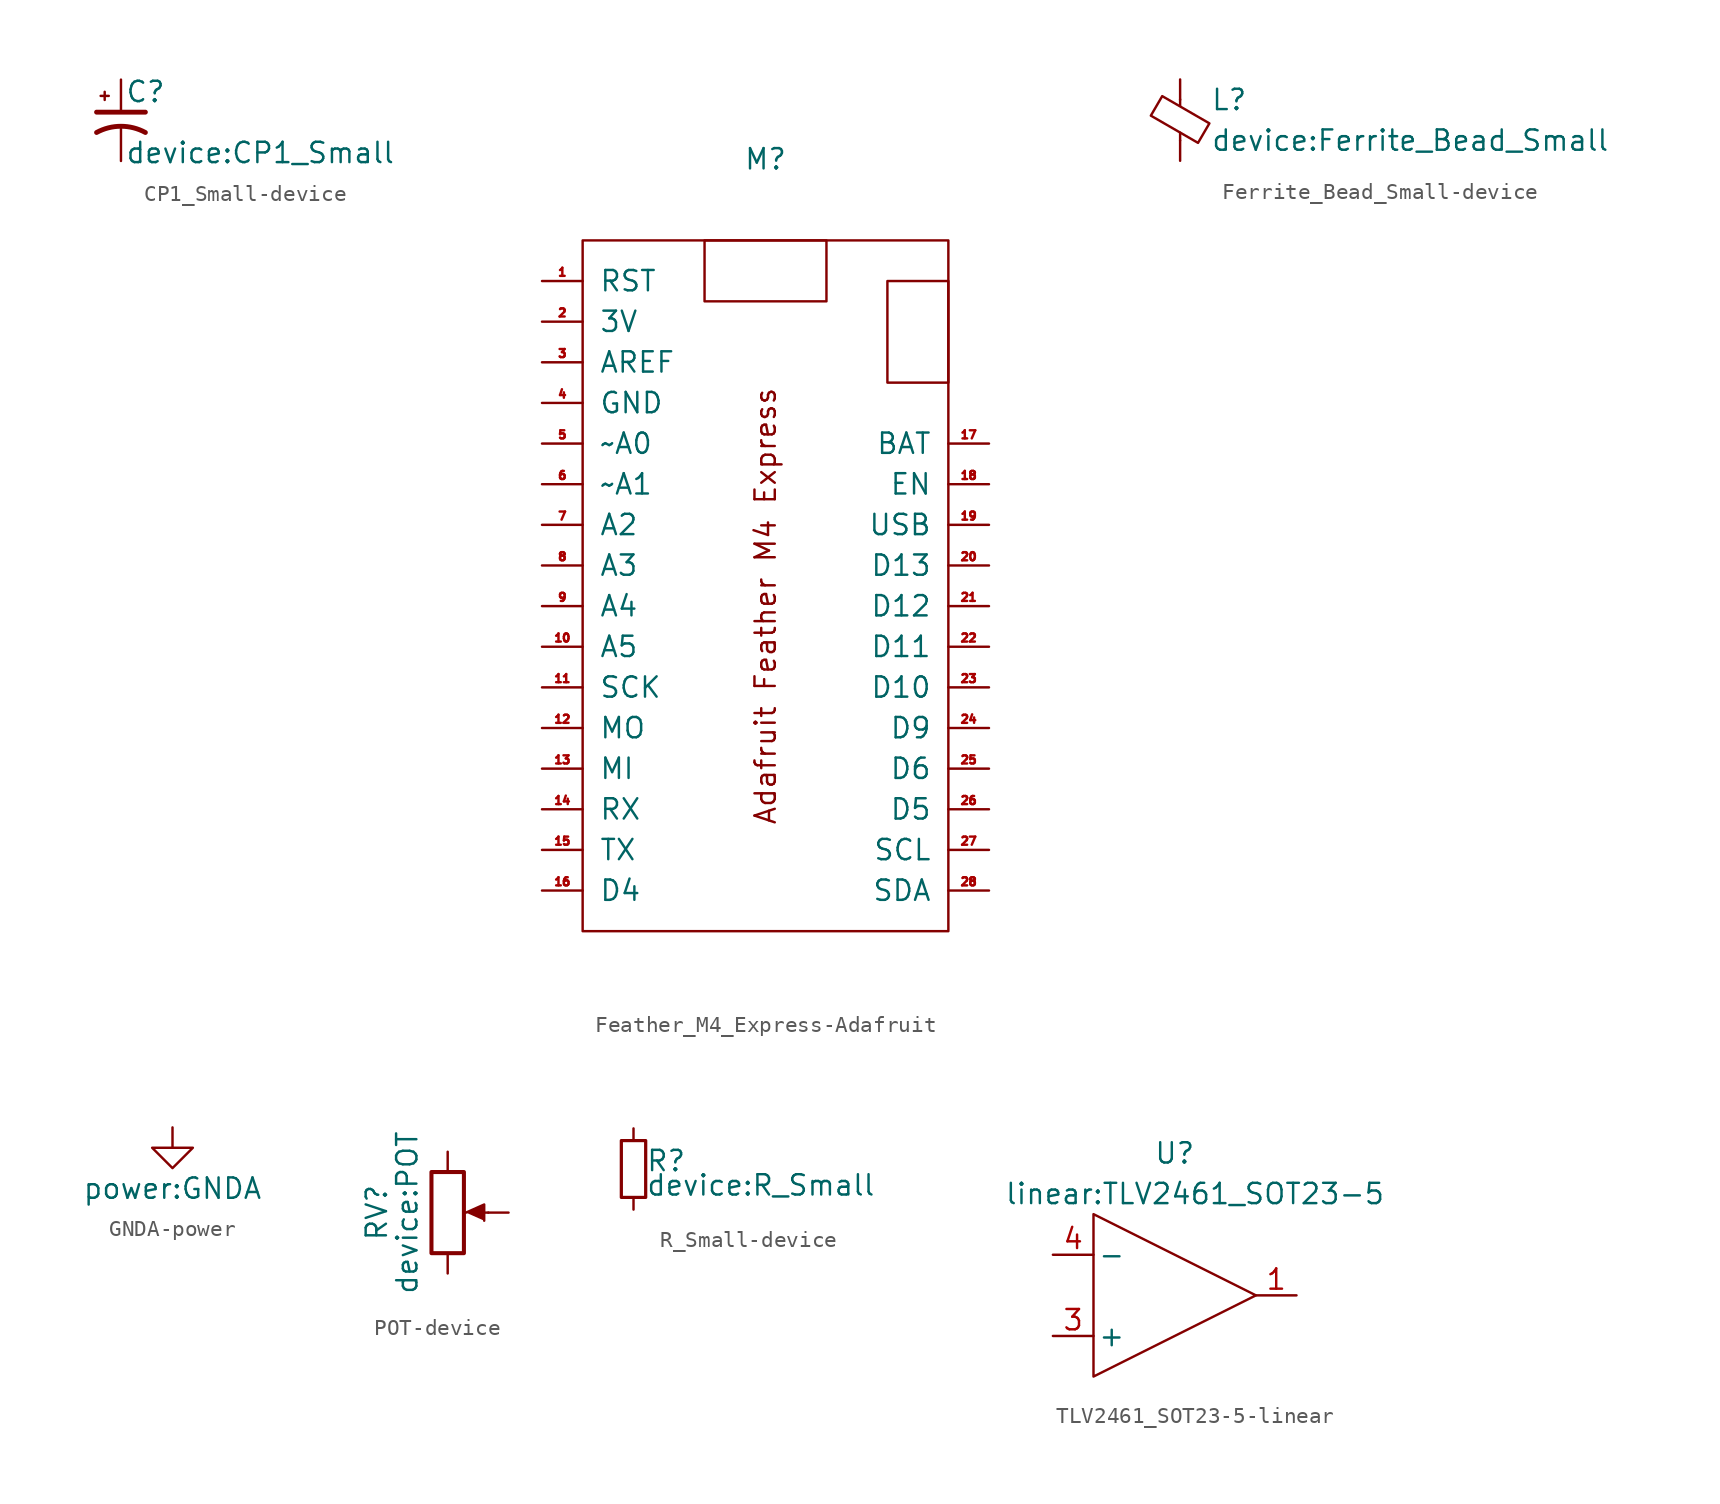
<source format=kicad_sym>
(kicad_symbol_lib
  (version 20231120)
  (generator "kicad_symbol_editor")
  (generator_version "8.0")
  (symbol "CP1_Small-device"
    (pin_numbers hide)
    (pin_names
      (offset 0.254) hide)
    (property "Reference" "C"
      (at 0.254 1.778 0)
      (effects (font (size 1.27 1.27)) (justify left)))
    (property "Value" "device:CP1_Small"
      (at 0.254 -2.032 0)
      (effects (font (size 1.27 1.27)) (justify left)))
    (symbol "CP1_Small-device_0_1"
      (polyline (pts (xy -1.524 0.508) (xy 1.524 0.508)) (stroke (width 0.305) (type solid)) (fill (type none)))
      (polyline (pts (xy -1.27 1.524) (xy -0.762 1.524)) (stroke (width 0) (type solid)) (fill (type none)))
      (polyline (pts (xy -1.016 1.27) (xy -1.016 1.778)) (stroke (width 0) (type solid)) (fill (type none)))
      (arc (start 1.524 -0.762) (mid 0 -0.3734) (end -1.524 -0.762) (stroke (width 0.3048) (type solid)) (fill (type none))))
    (symbol "CP1_Small-device_1_1"
      (pin passive line (at 0 2.54 270) (length 2.032) (name "~" (effects (font (size 1.27 1.27)))) (number "1" (effects (font (size 1.27 1.27)))))
      (pin passive line (at 0 -2.54 90) (length 2.032) (name "~" (effects (font (size 1.27 1.27)))) (number "2" (effects (font (size 1.27 1.27)))))))
  (symbol "Feather_M4_Express-Adafruit"
    (pin_names
      (offset 1.016))
    (property "Reference" "M"
      (at 0 27.94 0)
      (effects (font (size 1.27 1.27))))
    (symbol "Feather_M4_Express-Adafruit_0_0"
      (rectangle (start -11.43 22.86) (end 11.43 -20.32) (stroke (width 0) (type solid)) (fill (type none)))
      (rectangle (start -3.81 22.86) (end 3.81 19.05) (stroke (width 0) (type solid)) (fill (type none)))
      (rectangle (start 11.43 20.32) (end 7.62 13.97) (stroke (width 0) (type solid)) (fill (type none)))
      (text "Adafruit Feather M4 Express" (at 0 0 900) (effects (font (size 1.27 1.27)))))
    (symbol "Feather_M4_Express-Adafruit_0_1"
      (pin input line (at -13.97 20.32 0) (length 2.54) (name "RST" (effects (font (size 1.27 1.27)))) (number "1" (effects (font (size 0.508 0.508)))))
      (pin bidirectional line (at -13.97 -2.54 0) (length 2.54) (name "A5" (effects (font (size 1.27 1.27)))) (number "10" (effects (font (size 0.508 0.508)))))
      (pin bidirectional line (at -13.97 -5.08 0) (length 2.54) (name "SCK" (effects (font (size 1.27 1.27)))) (number "11" (effects (font (size 0.508 0.508)))))
      (pin bidirectional line (at -13.97 -7.62 0) (length 2.54) (name "MO" (effects (font (size 1.27 1.27)))) (number "12" (effects (font (size 0.508 0.508)))))
      (pin bidirectional line (at -13.97 -10.16 0) (length 2.54) (name "MI" (effects (font (size 1.27 1.27)))) (number "13" (effects (font (size 0.508 0.508)))))
      (pin bidirectional line (at -13.97 -12.7 0) (length 2.54) (name "RX" (effects (font (size 1.27 1.27)))) (number "14" (effects (font (size 0.508 0.508)))))
      (pin bidirectional line (at -13.97 -15.24 0) (length 2.54) (name "TX" (effects (font (size 1.27 1.27)))) (number "15" (effects (font (size 0.508 0.508)))))
      (pin bidirectional line (at -13.97 -17.78 0) (length 2.54) (name "D4" (effects (font (size 1.27 1.27)))) (number "16" (effects (font (size 0.508 0.508)))))
      (pin power_out line (at 13.97 10.16 180) (length 2.54) (name "BAT" (effects (font (size 1.27 1.27)))) (number "17" (effects (font (size 0.508 0.508)))))
      (pin input line (at 13.97 7.62 180) (length 2.54) (name "EN" (effects (font (size 1.27 1.27)))) (number "18" (effects (font (size 0.508 0.508)))))
      (pin power_out line (at 13.97 5.08 180) (length 2.54) (name "USB" (effects (font (size 1.27 1.27)))) (number "19" (effects (font (size 0.508 0.508)))))
      (pin power_out line (at -13.97 17.78 0) (length 2.54) (name "3V" (effects (font (size 1.27 1.27)))) (number "2" (effects (font (size 0.508 0.508)))))
      (pin bidirectional line (at 13.97 2.54 180) (length 2.54) (name "D13" (effects (font (size 1.27 1.27)))) (number "20" (effects (font (size 0.508 0.508)))))
      (pin bidirectional line (at 13.97 0 180) (length 2.54) (name "D12" (effects (font (size 1.27 1.27)))) (number "21" (effects (font (size 0.508 0.508)))))
      (pin bidirectional line (at 13.97 -2.54 180) (length 2.54) (name "D11" (effects (font (size 1.27 1.27)))) (number "22" (effects (font (size 0.508 0.508)))))
      (pin bidirectional line (at 13.97 -5.08 180) (length 2.54) (name "D10" (effects (font (size 1.27 1.27)))) (number "23" (effects (font (size 0.508 0.508)))))
      (pin bidirectional line (at 13.97 -7.62 180) (length 2.54) (name "D9" (effects (font (size 1.27 1.27)))) (number "24" (effects (font (size 0.508 0.508)))))
      (pin bidirectional line (at 13.97 -10.16 180) (length 2.54) (name "D6" (effects (font (size 1.27 1.27)))) (number "25" (effects (font (size 0.508 0.508)))))
      (pin bidirectional line (at 13.97 -12.7 180) (length 2.54) (name "D5" (effects (font (size 1.27 1.27)))) (number "26" (effects (font (size 0.508 0.508)))))
      (pin bidirectional line (at 13.97 -15.24 180) (length 2.54) (name "SCL" (effects (font (size 1.27 1.27)))) (number "27" (effects (font (size 0.508 0.508)))))
      (pin bidirectional line (at 13.97 -17.78 180) (length 2.54) (name "SDA" (effects (font (size 1.27 1.27)))) (number "28" (effects (font (size 0.508 0.508)))))
      (pin input line (at -13.97 15.24 0) (length 2.54) (name "AREF" (effects (font (size 1.27 1.27)))) (number "3" (effects (font (size 0.508 0.508)))))
      (pin power_out line (at -13.97 12.7 0) (length 2.54) (name "GND" (effects (font (size 1.27 1.27)))) (number "4" (effects (font (size 0.508 0.508)))))
      (pin bidirectional line (at -13.97 10.16 0) (length 2.54) (name "~A0" (effects (font (size 1.27 1.27)))) (number "5" (effects (font (size 0.508 0.508)))))
      (pin bidirectional line (at -13.97 7.62 0) (length 2.54) (name "~A1" (effects (font (size 1.27 1.27)))) (number "6" (effects (font (size 0.508 0.508)))))
      (pin bidirectional line (at -13.97 5.08 0) (length 2.54) (name "A2" (effects (font (size 1.27 1.27)))) (number "7" (effects (font (size 0.508 0.508)))))
      (pin bidirectional line (at -13.97 2.54 0) (length 2.54) (name "A3" (effects (font (size 1.27 1.27)))) (number "8" (effects (font (size 0.508 0.508)))))
      (pin bidirectional line (at -13.97 0 0) (length 2.54) (name "A4" (effects (font (size 1.27 1.27)))) (number "9" (effects (font (size 0.508 0.508)))))))
  (symbol "Ferrite_Bead_Small-device"
    (pin_numbers hide)
    (pin_names
      (offset 0))
    (property "Reference" "L"
      (at 1.905 1.27 0)
      (effects (font (size 1.27 1.27)) (justify left)))
    (property "Value" "device:Ferrite_Bead_Small"
      (at 1.905 -1.27 0)
      (effects (font (size 1.27 1.27)) (justify left)))
    (symbol "Ferrite_Bead_Small-device_0_1"
      (polyline (pts (xy 0 -1.27) (xy 0 -0.787)) (stroke (width 0) (type solid)) (fill (type none)))
      (polyline (pts (xy 0 0.889) (xy 0 1.295)) (stroke (width 0) (type solid)) (fill (type none)))
      (polyline (pts (xy -1.829 0.279) (xy -1.118 1.499) (xy 1.829 -0.203) (xy 1.118 -1.422) (xy -1.829 0.279)) (stroke (width 0) (type solid)) (fill (type none))))
    (symbol "Ferrite_Bead_Small-device_1_1"
      (pin passive line (at 0 2.54 270) (length 1.27) (name "~" (effects (font (size 1.27 1.27)))) (number "1" (effects (font (size 1.27 1.27)))))
      (pin passive line (at 0 -2.54 90) (length 1.27) (name "~" (effects (font (size 1.27 1.27)))) (number "2" (effects (font (size 1.27 1.27)))))))
  (symbol "GNDA-power"
    (power)
    (pin_names
      (offset 0))
    (property "Reference" "#PWR"
      (at 0 -6.35 0)
      (effects (font (size 1.27 1.27)) (hide yes)))
    (property "Value" "power:GNDA"
      (at 0 -3.81 0)
      (effects (font (size 1.27 1.27))))
    (symbol "GNDA-power_0_1"
      (polyline (pts (xy 0 0) (xy 0 -1.27) (xy 1.27 -1.27) (xy 0 -2.54) (xy -1.27 -1.27) (xy 0 -1.27)) (stroke (width 0) (type solid)) (fill (type none))))
    (symbol "GNDA-power_1_1"
      (pin power_in line (at 0 0 270) (length 0) hide (name "GNDA" (effects (font (size 1.27 1.27)))) (number "1" (effects (font (size 1.27 1.27)))))))
  (symbol "POT-device"
    (pin_numbers hide)
    (pin_names
      (offset 1.016) hide)
    (property "Reference" "RV"
      (at -4.445 0 90)
      (effects (font (size 1.27 1.27))))
    (property "Value" "device:POT"
      (at -2.54 0 90)
      (effects (font (size 1.27 1.27))))
    (symbol "POT-device_0_1"
      (polyline (pts (xy 2.54 0) (xy 1.524 0)) (stroke (width 0) (type solid)) (fill (type none)))
      (polyline (pts (xy 1.143 0) (xy 2.286 0.508) (xy 2.286 -0.508)) (stroke (width 0) (type solid)) (fill (type outline)))
      (rectangle (start 1.016 2.54) (end -1.016 -2.54) (stroke (width 0.254) (type solid)) (fill (type none))))
    (symbol "POT-device_1_1"
      (pin passive line (at 0 3.81 270) (length 1.27) (name "1" (effects (font (size 1.27 1.27)))) (number "1" (effects (font (size 1.27 1.27)))))
      (pin passive line (at 3.81 0 180) (length 1.27) (name "2" (effects (font (size 1.27 1.27)))) (number "2" (effects (font (size 1.27 1.27)))))
      (pin passive line (at 0 -3.81 90) (length 1.27) (name "3" (effects (font (size 1.27 1.27)))) (number "3" (effects (font (size 1.27 1.27)))))))
  (symbol "R_Small-device"
    (pin_numbers hide)
    (pin_names
      (offset 0.254) hide)
    (property "Reference" "R"
      (at 0.762 0.508 0)
      (effects (font (size 1.27 1.27)) (justify left)))
    (property "Value" "device:R_Small"
      (at 0.762 -1.016 0)
      (effects (font (size 1.27 1.27)) (justify left)))
    (symbol "R_Small-device_0_1"
      (rectangle (start -0.762 1.778) (end 0.762 -1.778) (stroke (width 0.203) (type solid)) (fill (type none))))
    (symbol "R_Small-device_1_1"
      (pin passive line (at 0 2.54 270) (length 0.762) (name "~" (effects (font (size 1.27 1.27)))) (number "1" (effects (font (size 1.27 1.27)))))
      (pin passive line (at 0 -2.54 90) (length 0.762) (name "~" (effects (font (size 1.27 1.27)))) (number "2" (effects (font (size 1.27 1.27)))))))
  (symbol "TLV2461_SOT23-5-linear"
    (pin_names
      (offset 0.254))
    (property "Reference" "U"
      (at 0 8.89 0)
      (effects (font (size 1.27 1.27))))
    (property "Value" "linear:TLV2461_SOT23-5"
      (at 1.27 6.35 0)
      (effects (font (size 1.27 1.27))))
    (symbol "TLV2461_SOT23-5-linear_0_1"
      (polyline (pts (xy -5.08 0) (xy -5.08 5.08) (xy 5.08 0) (xy -5.08 -5.08) (xy -5.08 0)) (stroke (width 0) (type solid)) (fill (type none))))
    (symbol "TLV2461_SOT23-5-linear_1_1"
      (pin output line (at 7.62 0 180) (length 2.54) (name "~" (effects (font (size 1.27 1.27)))) (number "1" (effects (font (size 1.27 1.27)))))
      (pin power_in line (at -2.54 -3.81 90) (length 0) hide (name "VDD-" (effects (font (size 0.381 0.381)))) (number "2" (effects (font (size 0.381 0.381)))))
      (pin input line (at -7.62 -2.54 0) (length 2.54) (name "+" (effects (font (size 1.27 1.27)))) (number "3" (effects (font (size 1.27 1.27)))))
      (pin input line (at -7.62 2.54 0) (length 2.54) (name "-" (effects (font (size 1.27 1.27)))) (number "4" (effects (font (size 1.27 1.27)))))
      (pin power_in line (at -2.54 3.81 270) (length 0) hide (name "VDD+" (effects (font (size 0.381 0.381)))) (number "5" (effects (font (size 0.381 0.381))))))))
</source>
